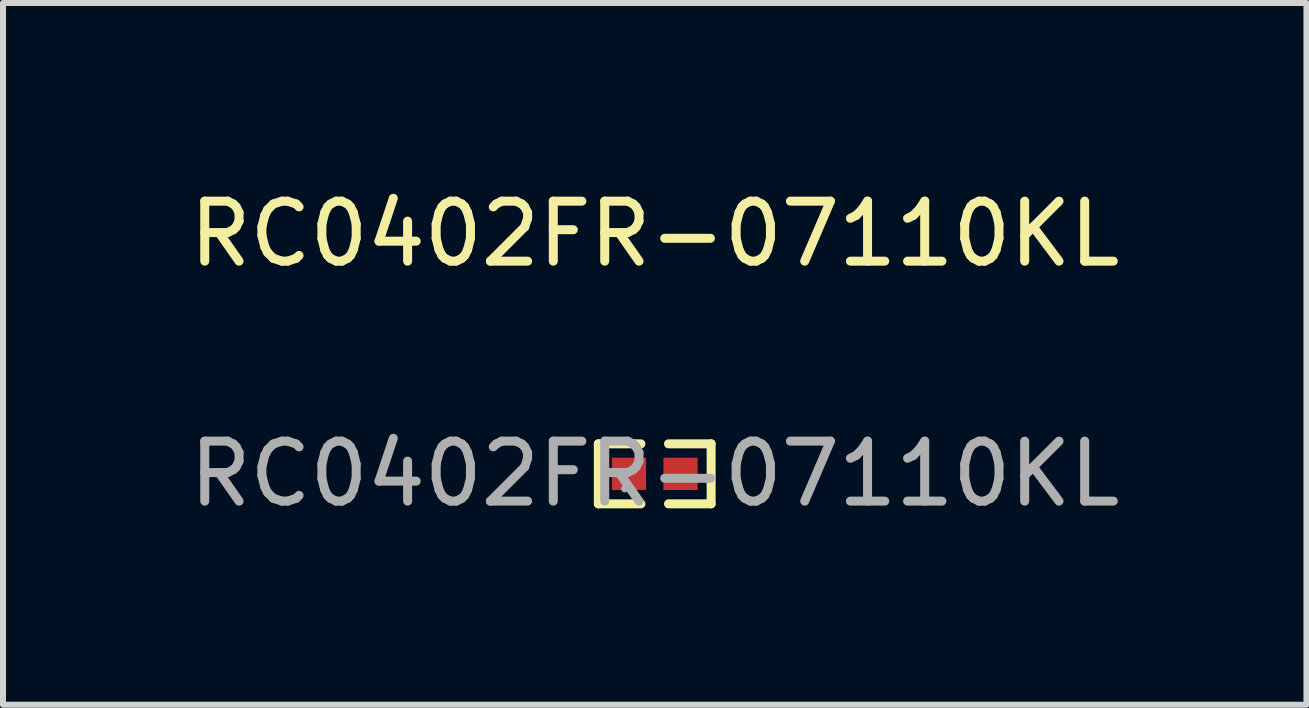
<source format=kicad_pcb>
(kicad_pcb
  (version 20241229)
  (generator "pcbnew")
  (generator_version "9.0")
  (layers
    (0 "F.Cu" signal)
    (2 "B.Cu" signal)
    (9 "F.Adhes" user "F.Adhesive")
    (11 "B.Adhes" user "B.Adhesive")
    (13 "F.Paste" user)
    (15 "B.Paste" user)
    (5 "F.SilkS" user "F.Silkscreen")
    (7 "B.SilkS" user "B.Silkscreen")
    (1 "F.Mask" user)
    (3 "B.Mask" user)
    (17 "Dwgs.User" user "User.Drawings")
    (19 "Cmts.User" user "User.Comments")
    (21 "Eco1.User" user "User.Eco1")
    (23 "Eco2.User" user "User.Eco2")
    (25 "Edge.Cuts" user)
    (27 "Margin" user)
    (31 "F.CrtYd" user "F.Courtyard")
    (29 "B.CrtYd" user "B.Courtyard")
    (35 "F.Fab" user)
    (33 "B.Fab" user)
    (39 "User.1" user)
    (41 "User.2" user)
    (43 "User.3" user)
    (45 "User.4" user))
  (footprint "RC0402FR-07110KL"
    (layer "F.Cu")
    (at 7.863 4.848)
    (property "Reference" "RC0402FR-07110KL" (at 0 -4 0) (layer "F.SilkS") (effects (font (size 1 1) (thickness 0.15))))
    (attr smd)
    (fp_line (start -0.94 -0.5) (end -0.23 -0.5) (stroke (width 0.15) (type solid)) (layer "F.SilkS"))
    (fp_line (start -0.94 0.5) (end -0.94 -0.5) (stroke (width 0.15) (type solid)) (layer "F.SilkS"))
    (fp_line (start -0.23 0.5) (end -0.94 0.5) (stroke (width 0.15) (type solid)) (layer "F.SilkS"))
    (fp_line (start 0.23 0.5) (end 0.94 0.5) (stroke (width 0.15) (type solid)) (layer "F.SilkS"))
    (fp_line (start 0.94 -0.5) (end 0.23 -0.5) (stroke (width 0.15) (type solid)) (layer "F.SilkS"))
    (fp_line (start 0.94 0.5) (end 0.94 -0.5) (stroke (width 0.15) (type solid)) (layer "F.SilkS"))
    (fp_circle (center -0.5 0.25) (end -0.47 0.25) (stroke (width 0.06) (type solid)) (fill no) (layer "F.Fab"))
    (fp_text user "${REFERENCE}" (at 0 0 0) (layer "F.Fab") (effects (font (size 1 1) (thickness 0.15))))
    (pad "1" smd rect (at -0.43 0) (size 0.57 0.54) (layers "F.Cu" "F.Mask" "F.Paste"))
    (pad "2" smd rect (at 0.43 0) (size 0.57 0.54) (layers "F.Cu" "F.Mask" "F.Paste")))
  (gr_rect
    (start -3 -3)
    (end 18.726 8.697)
    (stroke (width 0.1) (type default))
    (fill no)
    (layer "Edge.Cuts")))
</source>
